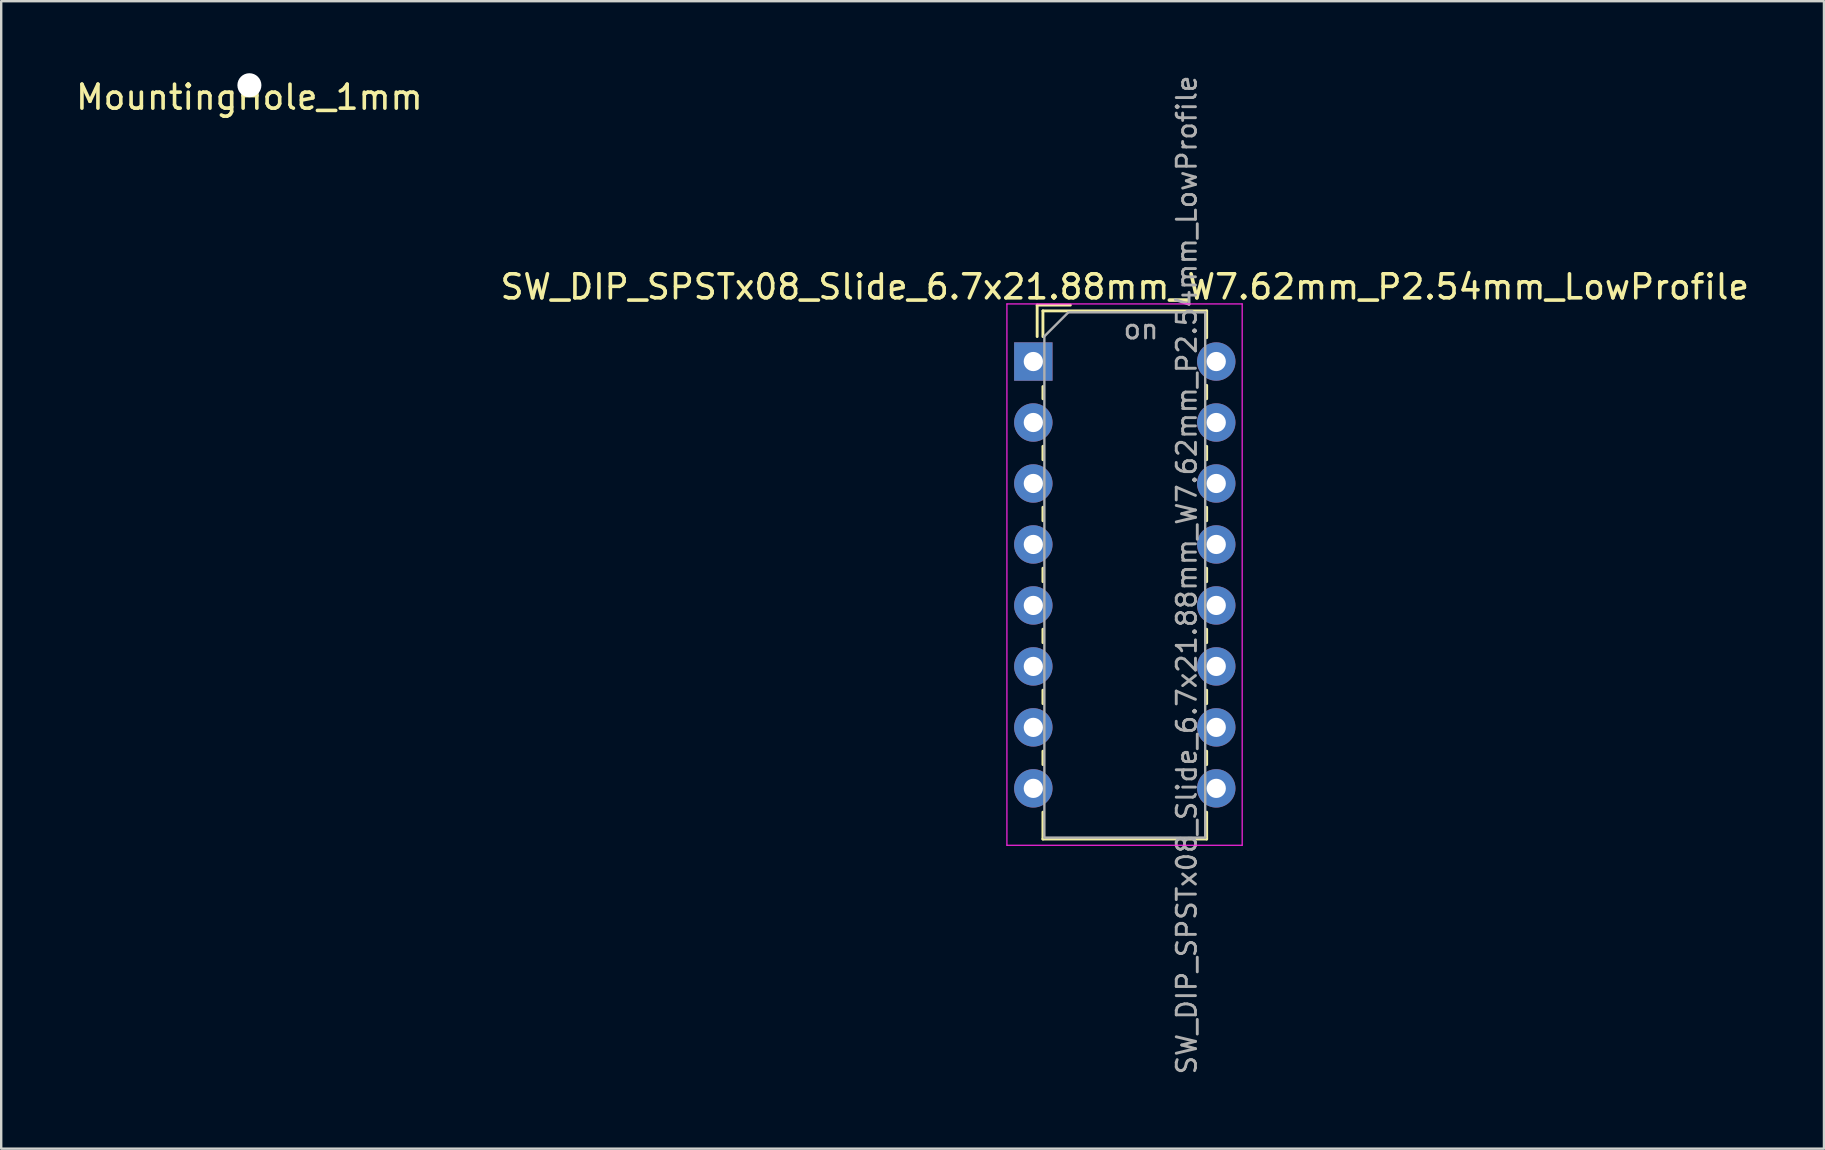
<source format=kicad_pcb>
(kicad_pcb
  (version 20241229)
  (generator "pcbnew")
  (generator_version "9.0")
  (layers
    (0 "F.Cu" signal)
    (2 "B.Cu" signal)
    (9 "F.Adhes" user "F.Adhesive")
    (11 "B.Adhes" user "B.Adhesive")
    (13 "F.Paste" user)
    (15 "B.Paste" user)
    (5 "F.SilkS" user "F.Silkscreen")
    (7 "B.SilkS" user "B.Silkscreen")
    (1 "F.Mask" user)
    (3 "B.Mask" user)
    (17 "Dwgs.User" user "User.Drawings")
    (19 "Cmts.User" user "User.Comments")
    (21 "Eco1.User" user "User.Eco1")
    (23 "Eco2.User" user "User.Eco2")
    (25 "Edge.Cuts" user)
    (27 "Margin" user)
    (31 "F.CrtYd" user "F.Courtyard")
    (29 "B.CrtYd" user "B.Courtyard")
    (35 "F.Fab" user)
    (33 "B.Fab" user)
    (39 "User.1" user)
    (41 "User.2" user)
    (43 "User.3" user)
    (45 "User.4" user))
  (footprint "SW_DIP_SPSTx08_Slide_6.7x21.88mm_W7.62mm_P2.54mm_LowProfile"
    (layer "F.Cu")
    (at 39.994 12.01)
    (property "Reference" "SW_DIP_SPSTx08_Slide_6.7x21.88mm_W7.62mm_P2.54mm_LowProfile" (at 3.81 -3.11 0) (layer "F.SilkS") (effects (font (size 1 1) (thickness 0.15))))
    (attr through_hole)
    (fp_line (start 0.16 -2.35) (end 0.16 -1.04) (stroke (width 0.12) (type solid)) (layer "F.SilkS"))
    (fp_line (start 0.16 -2.35) (end 1.543 -2.35) (stroke (width 0.12) (type solid)) (layer "F.SilkS"))
    (fp_line (start 0.4 -2.11) (end 0.4 -1.04) (stroke (width 0.12) (type solid)) (layer "F.SilkS"))
    (fp_line (start 0.4 -2.11) (end 7.221 -2.11) (stroke (width 0.12) (type solid)) (layer "F.SilkS"))
    (fp_line (start 0.4 1.04) (end 0.4 1.551) (stroke (width 0.12) (type solid)) (layer "F.SilkS"))
    (fp_line (start 0.4 3.53) (end 0.4 4.091) (stroke (width 0.12) (type solid)) (layer "F.SilkS"))
    (fp_line (start 0.4 6.07) (end 0.4 6.631) (stroke (width 0.12) (type solid)) (layer "F.SilkS"))
    (fp_line (start 0.4 8.61) (end 0.4 9.17) (stroke (width 0.12) (type solid)) (layer "F.SilkS"))
    (fp_line (start 0.4 11.15) (end 0.4 11.71) (stroke (width 0.12) (type solid)) (layer "F.SilkS"))
    (fp_line (start 0.4 13.69) (end 0.4 14.25) (stroke (width 0.12) (type solid)) (layer "F.SilkS"))
    (fp_line (start 0.4 16.23) (end 0.4 16.79) (stroke (width 0.12) (type solid)) (layer "F.SilkS"))
    (fp_line (start 0.4 18.77) (end 0.4 19.891) (stroke (width 0.12) (type solid)) (layer "F.SilkS"))
    (fp_line (start 0.4 19.891) (end 7.221 19.891) (stroke (width 0.12) (type solid)) (layer "F.SilkS"))
    (fp_line (start 7.221 -2.11) (end 7.221 -0.99) (stroke (width 0.12) (type solid)) (layer "F.SilkS"))
    (fp_line (start 7.221 0.991) (end 7.221 1.551) (stroke (width 0.12) (type solid)) (layer "F.SilkS"))
    (fp_line (start 7.221 3.531) (end 7.221 4.091) (stroke (width 0.12) (type solid)) (layer "F.SilkS"))
    (fp_line (start 7.221 6.071) (end 7.221 6.631) (stroke (width 0.12) (type solid)) (layer "F.SilkS"))
    (fp_line (start 7.221 8.611) (end 7.221 9.171) (stroke (width 0.12) (type solid)) (layer "F.SilkS"))
    (fp_line (start 7.221 11.151) (end 7.221 11.711) (stroke (width 0.12) (type solid)) (layer "F.SilkS"))
    (fp_line (start 7.221 13.691) (end 7.221 14.251) (stroke (width 0.12) (type solid)) (layer "F.SilkS"))
    (fp_line (start 7.221 16.231) (end 7.221 16.79) (stroke (width 0.12) (type solid)) (layer "F.SilkS"))
    (fp_line (start 7.221 18.771) (end 7.221 19.891) (stroke (width 0.12) (type solid)) (layer "F.SilkS"))
    (fp_line (start -1.1 -2.4) (end -1.1 20.15) (stroke (width 0.05) (type solid)) (layer "F.CrtYd"))
    (fp_line (start -1.1 20.15) (end 8.7 20.15) (stroke (width 0.05) (type solid)) (layer "F.CrtYd"))
    (fp_line (start 8.7 -2.4) (end -1.1 -2.4) (stroke (width 0.05) (type solid)) (layer "F.CrtYd"))
    (fp_line (start 8.7 20.15) (end 8.7 -2.4) (stroke (width 0.05) (type solid)) (layer "F.CrtYd"))
    (fp_line (start 0.46 -1.05) (end 1.46 -2.05) (stroke (width 0.1) (type solid)) (layer "F.Fab"))
    (fp_line (start 0.46 19.83) (end 0.46 -1.05) (stroke (width 0.1) (type solid)) (layer "F.Fab"))
    (fp_line (start 1.46 -2.05) (end 7.16 -2.05) (stroke (width 0.1) (type solid)) (layer "F.Fab"))
    (fp_line (start 7.16 -2.05) (end 7.16 19.83) (stroke (width 0.1) (type solid)) (layer "F.Fab"))
    (fp_line (start 7.16 19.83) (end 0.46 19.83) (stroke (width 0.1) (type solid)) (layer "F.Fab"))
    (fp_text user "on" (at 4.485 -1.343 0) (layer "F.Fab") (effects (font (size 0.8 0.8) (thickness 0.12))))
    (fp_text user "${REFERENCE}" (at 6.39 8.89 90) (layer "F.Fab") (effects (font (size 0.8 0.8) (thickness 0.12))))
    (pad "1" thru_hole rect (at 0 0) (size 1.6 1.6) (drill 0.8) (layers "*.Cu" "*.Mask"))
    (pad "2" thru_hole oval (at 0 2.54) (size 1.6 1.6) (drill 0.8) (layers "*.Cu" "*.Mask"))
    (pad "3" thru_hole oval (at 0 5.08) (size 1.6 1.6) (drill 0.8) (layers "*.Cu" "*.Mask"))
    (pad "4" thru_hole oval (at 0 7.62) (size 1.6 1.6) (drill 0.8) (layers "*.Cu" "*.Mask"))
    (pad "5" thru_hole oval (at 0 10.16) (size 1.6 1.6) (drill 0.8) (layers "*.Cu" "*.Mask"))
    (pad "6" thru_hole oval (at 0 12.7) (size 1.6 1.6) (drill 0.8) (layers "*.Cu" "*.Mask"))
    (pad "7" thru_hole oval (at 0 15.24) (size 1.6 1.6) (drill 0.8) (layers "*.Cu" "*.Mask"))
    (pad "8" thru_hole oval (at 0 17.78) (size 1.6 1.6) (drill 0.8) (layers "*.Cu" "*.Mask"))
    (pad "9" thru_hole oval (at 7.62 17.78) (size 1.6 1.6) (drill 0.8) (layers "*.Cu" "*.Mask"))
    (pad "10" thru_hole oval (at 7.62 15.24) (size 1.6 1.6) (drill 0.8) (layers "*.Cu" "*.Mask"))
    (pad "11" thru_hole oval (at 7.62 12.7) (size 1.6 1.6) (drill 0.8) (layers "*.Cu" "*.Mask"))
    (pad "12" thru_hole oval (at 7.62 10.16) (size 1.6 1.6) (drill 0.8) (layers "*.Cu" "*.Mask"))
    (pad "13" thru_hole oval (at 7.62 7.62) (size 1.6 1.6) (drill 0.8) (layers "*.Cu" "*.Mask"))
    (pad "14" thru_hole oval (at 7.62 5.08) (size 1.6 1.6) (drill 0.8) (layers "*.Cu" "*.Mask"))
    (pad "15" thru_hole oval (at 7.62 2.54) (size 1.6 1.6) (drill 0.8) (layers "*.Cu" "*.Mask"))
    (pad "16" thru_hole oval (at 7.62 0) (size 1.6 1.6) (drill 0.8) (layers "*.Cu" "*.Mask")))
  (footprint "MountingHole_1mm"
    (layer "F.Cu")
    (at 7.339 0.5)
    (property "Reference" "MountingHole_1mm" (at 0 0.5 0) (layer "F.SilkS") (effects (font (size 1 1) (thickness 0.15))))
    (attr through_hole)
    (pad "" np_thru_hole circle (at 0 0) (size 1 1) (drill 1) (layers "*.Cu" "*.Mask")))
  (gr_rect
    (start -3 -3)
    (end 72.929 44.8)
    (stroke (width 0.1) (type default))
    (fill no)
    (layer "Edge.Cuts")))
</source>
